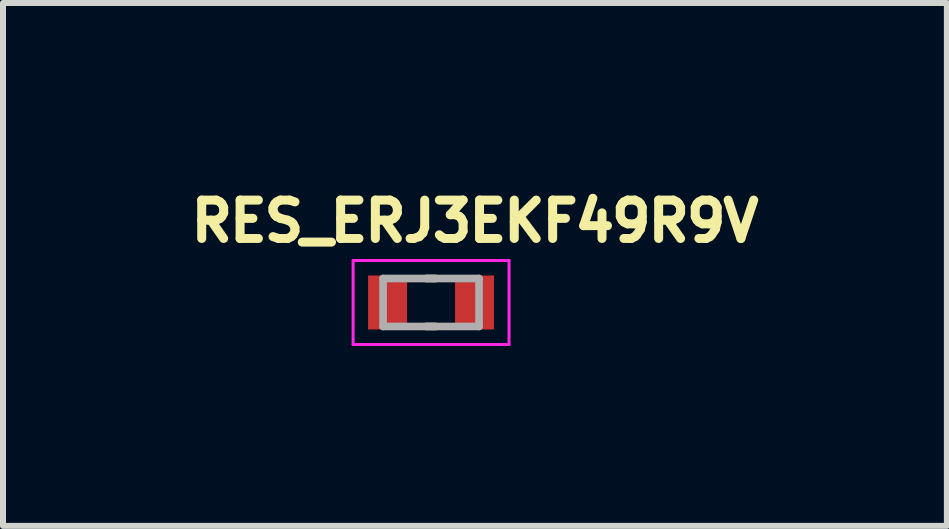
<source format=kicad_pcb>
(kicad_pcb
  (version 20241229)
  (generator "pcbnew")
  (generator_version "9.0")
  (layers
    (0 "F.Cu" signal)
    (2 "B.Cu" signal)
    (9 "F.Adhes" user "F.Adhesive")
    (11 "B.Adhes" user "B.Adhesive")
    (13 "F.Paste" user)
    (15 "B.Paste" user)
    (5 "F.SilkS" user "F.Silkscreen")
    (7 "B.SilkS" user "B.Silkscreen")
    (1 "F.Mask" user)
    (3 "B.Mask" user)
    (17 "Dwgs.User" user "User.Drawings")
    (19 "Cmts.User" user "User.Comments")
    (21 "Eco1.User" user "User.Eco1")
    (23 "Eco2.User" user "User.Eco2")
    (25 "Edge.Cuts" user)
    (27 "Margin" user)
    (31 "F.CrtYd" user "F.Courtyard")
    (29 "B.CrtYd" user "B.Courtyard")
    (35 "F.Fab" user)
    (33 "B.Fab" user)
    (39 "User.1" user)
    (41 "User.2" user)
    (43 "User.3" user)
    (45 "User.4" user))
  (footprint "RES_ERJ3EKF49R9V"
    (layer "F.Cu")
    (at 4.138 1.994)
    (property "Reference" "RES_ERJ3EKF49R9V" (at 0.732 -1.356 0) (layer "F.SilkS") (effects (font (size 0.64 0.64) (thickness 0.15))))
    (attr smd)
    (fp_line (start -0.08 -0.4) (end 0.08 -0.4) (stroke (width 0.127) (type solid)) (layer "F.SilkS"))
    (fp_line (start -0.08 0.4) (end 0.08 0.4) (stroke (width 0.127) (type solid)) (layer "F.SilkS"))
    (fp_line (start -1.3 -0.7) (end -1.3 0.7) (stroke (width 0.05) (type solid)) (layer "F.CrtYd"))
    (fp_line (start -1.3 0.7) (end 1.3 0.7) (stroke (width 0.05) (type solid)) (layer "F.CrtYd"))
    (fp_line (start 1.3 -0.7) (end -1.3 -0.7) (stroke (width 0.05) (type solid)) (layer "F.CrtYd"))
    (fp_line (start 1.3 0.7) (end 1.3 -0.7) (stroke (width 0.05) (type solid)) (layer "F.CrtYd"))
    (fp_line (start -0.8 -0.4) (end -0.8 0.4) (stroke (width 0.127) (type solid)) (layer "F.Fab"))
    (fp_line (start -0.8 -0.4) (end 0.8 -0.4) (stroke (width 0.127) (type solid)) (layer "F.Fab"))
    (fp_line (start -0.8 0.4) (end 0.8 0.4) (stroke (width 0.127) (type solid)) (layer "F.Fab"))
    (fp_line (start 0.8 -0.4) (end 0.8 0.4) (stroke (width 0.127) (type solid)) (layer "F.Fab"))
    (pad "1" smd rect (at -0.725 0) (size 0.65 0.9) (layers "F.Cu" "F.Mask" "F.Paste"))
    (pad "2" smd rect (at 0.725 0) (size 0.65 0.9) (layers "F.Cu" "F.Mask" "F.Paste")))
  (gr_rect
    (start -3 -3)
    (end 12.739 5.719)
    (stroke (width 0.1) (type default))
    (fill no)
    (layer "Edge.Cuts")))
</source>
